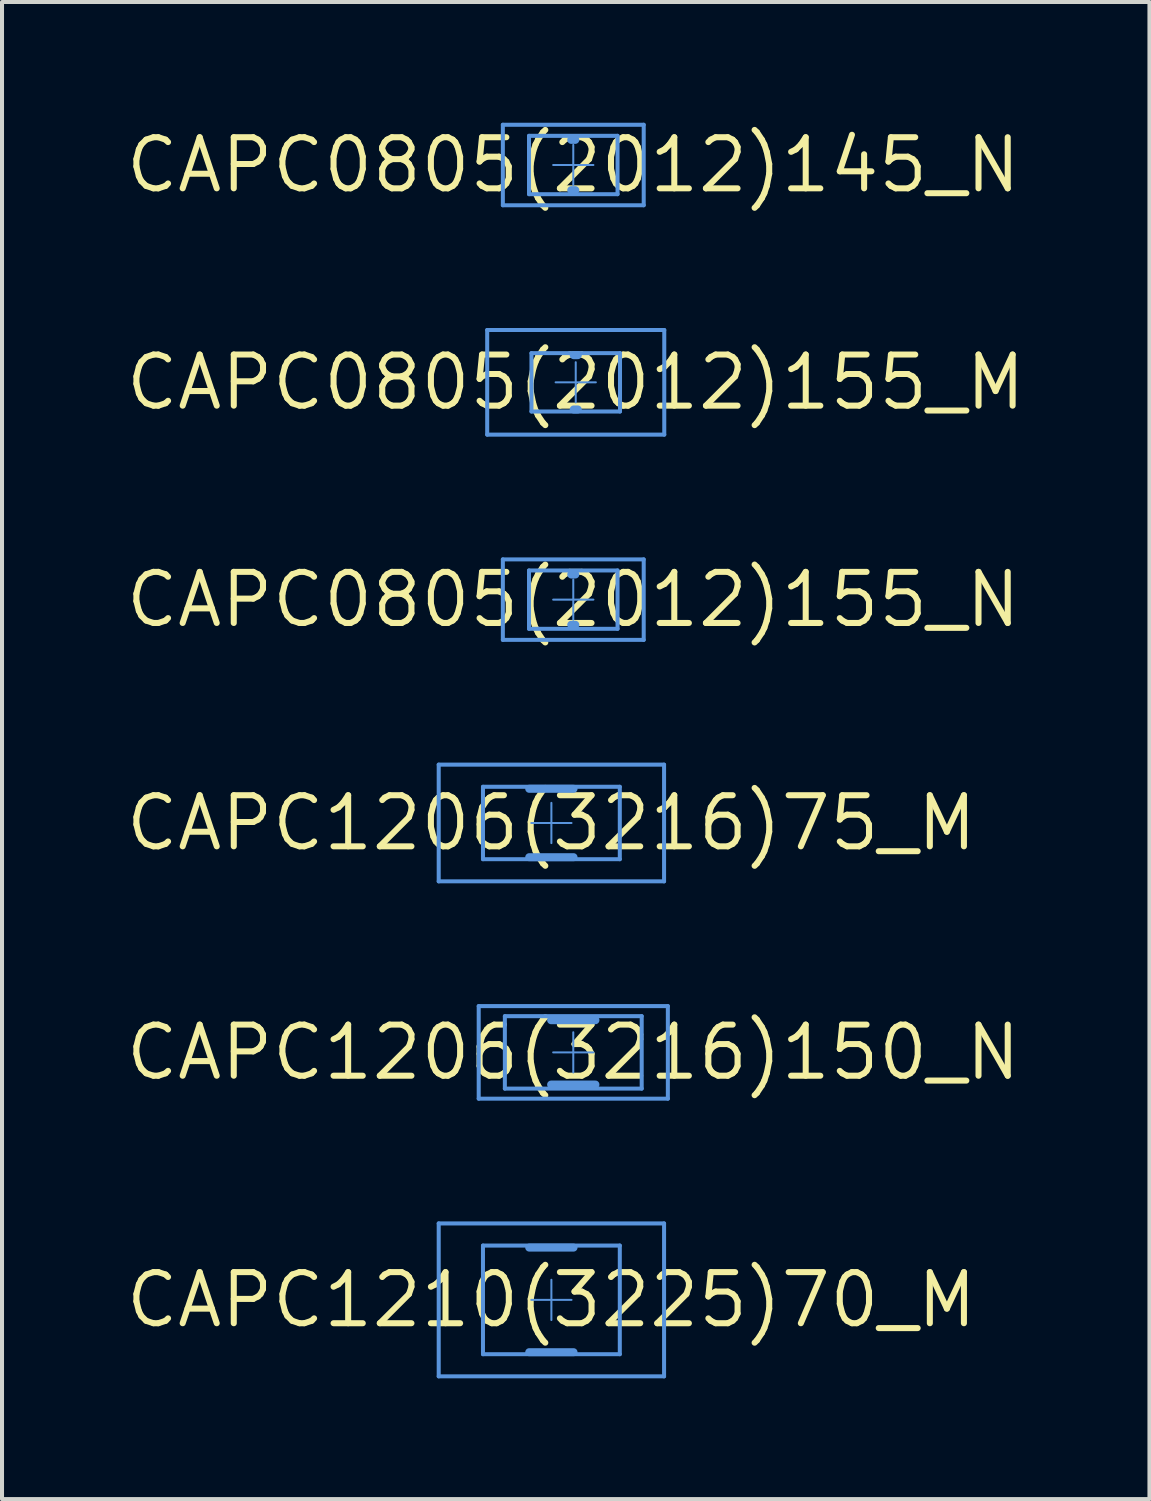
<source format=kicad_pcb>
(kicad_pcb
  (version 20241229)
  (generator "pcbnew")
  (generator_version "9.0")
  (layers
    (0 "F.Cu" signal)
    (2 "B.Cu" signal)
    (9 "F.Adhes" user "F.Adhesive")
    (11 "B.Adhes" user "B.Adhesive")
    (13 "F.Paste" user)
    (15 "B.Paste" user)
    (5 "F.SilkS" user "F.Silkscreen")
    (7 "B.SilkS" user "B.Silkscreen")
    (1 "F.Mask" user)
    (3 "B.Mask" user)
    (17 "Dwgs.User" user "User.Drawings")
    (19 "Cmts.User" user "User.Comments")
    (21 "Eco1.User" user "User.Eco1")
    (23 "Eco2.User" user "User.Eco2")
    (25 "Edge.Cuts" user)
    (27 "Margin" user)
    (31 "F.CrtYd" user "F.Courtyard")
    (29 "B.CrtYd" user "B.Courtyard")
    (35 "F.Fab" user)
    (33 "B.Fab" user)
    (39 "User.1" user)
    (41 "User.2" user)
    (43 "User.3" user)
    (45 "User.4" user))
  (footprint "CAPC0805(2012)155_N"
    (layer "F.Cu")
    (at 11.195 11.85)
    (property "Reference" "CAPC0805(2012)155_N" (at 0 0 0) (layer "F.SilkS") (effects (font (size 1.27 1.27) (thickness 0.15))))
    (attr through_hole)
    (fp_line (start -1.75 -1) (end 1.75 -1) (stroke (width 0.05) (type solid)) (layer "Cmts.User"))
    (fp_line (start -1.75 -1) (end 1.75 -1) (stroke (width 0.1) (type solid)) (layer "Cmts.User"))
    (fp_line (start -1.75 1) (end -1.75 -1) (stroke (width 0.05) (type solid)) (layer "Cmts.User"))
    (fp_line (start -1.75 1) (end -1.75 -1) (stroke (width 0.1) (type solid)) (layer "Cmts.User"))
    (fp_line (start -1.75 1) (end 1.75 1) (stroke (width 0.05) (type solid)) (layer "Cmts.User"))
    (fp_line (start -1.75 1) (end 1.75 1) (stroke (width 0.1) (type solid)) (layer "Cmts.User"))
    (fp_line (start -1.1 -0.725) (end 1.1 -0.725) (stroke (width 0.1) (type solid)) (layer "Cmts.User"))
    (fp_line (start -1.1 0.725) (end -1.1 -0.725) (stroke (width 0.1) (type solid)) (layer "Cmts.User"))
    (fp_line (start -1.1 0.725) (end 1.1 0.725) (stroke (width 0.1) (type solid)) (layer "Cmts.User"))
    (fp_line (start -0.5 0) (end 0.5 0) (stroke (width 0.05) (type solid)) (layer "Cmts.User"))
    (fp_line (start -0.05 -0.625) (end 0.05 -0.625) (stroke (width 0.2) (type solid)) (layer "Cmts.User"))
    (fp_line (start -0.05 0.625) (end 0.05 0.625) (stroke (width 0.2) (type solid)) (layer "Cmts.User"))
    (fp_line (start 0 0.5) (end 0 -0.5) (stroke (width 0.05) (type solid)) (layer "Cmts.User"))
    (fp_line (start 1.1 0.725) (end 1.1 -0.725) (stroke (width 0.1) (type solid)) (layer "Cmts.User"))
    (fp_line (start 1.75 1) (end 1.75 -1) (stroke (width 0.05) (type solid)) (layer "Cmts.User"))
    (fp_line (start 1.75 1) (end 1.75 -1) (stroke (width 0.1) (type solid)) (layer "Cmts.User")))
  (footprint "CAPC1206(3216)75_M"
    (layer "F.Cu")
    (at 10.651 17.4)
    (property "Reference" "CAPC1206(3216)75_M" (at 0 0 0) (layer "F.SilkS") (effects (font (size 1.27 1.27) (thickness 0.15))))
    (attr through_hole)
    (fp_line (start -2.8 -1.45) (end 2.8 -1.45) (stroke (width 0.05) (type solid)) (layer "Cmts.User"))
    (fp_line (start -2.8 -1.45) (end 2.8 -1.45) (stroke (width 0.1) (type solid)) (layer "Cmts.User"))
    (fp_line (start -2.8 1.45) (end -2.8 -1.45) (stroke (width 0.05) (type solid)) (layer "Cmts.User"))
    (fp_line (start -2.8 1.45) (end -2.8 -1.45) (stroke (width 0.1) (type solid)) (layer "Cmts.User"))
    (fp_line (start -2.8 1.45) (end 2.8 1.45) (stroke (width 0.05) (type solid)) (layer "Cmts.User"))
    (fp_line (start -2.8 1.45) (end 2.8 1.45) (stroke (width 0.1) (type solid)) (layer "Cmts.User"))
    (fp_line (start -1.7 -0.9) (end 1.7 -0.9) (stroke (width 0.1) (type solid)) (layer "Cmts.User"))
    (fp_line (start -1.7 0.9) (end -1.7 -0.9) (stroke (width 0.1) (type solid)) (layer "Cmts.User"))
    (fp_line (start -1.7 0.9) (end 1.7 0.9) (stroke (width 0.1) (type solid)) (layer "Cmts.User"))
    (fp_line (start -0.55 -0.85) (end 0.55 -0.85) (stroke (width 0.2) (type solid)) (layer "Cmts.User"))
    (fp_line (start -0.55 0.85) (end 0.55 0.85) (stroke (width 0.2) (type solid)) (layer "Cmts.User"))
    (fp_line (start -0.5 0) (end 0.5 0) (stroke (width 0.05) (type solid)) (layer "Cmts.User"))
    (fp_line (start 0 0.5) (end 0 -0.5) (stroke (width 0.05) (type solid)) (layer "Cmts.User"))
    (fp_line (start 1.7 0.9) (end 1.7 -0.9) (stroke (width 0.1) (type solid)) (layer "Cmts.User"))
    (fp_line (start 2.8 1.45) (end 2.8 -1.45) (stroke (width 0.05) (type solid)) (layer "Cmts.User"))
    (fp_line (start 2.8 1.45) (end 2.8 -1.45) (stroke (width 0.1) (type solid)) (layer "Cmts.User")))
  (footprint "CAPC0805(2012)145_N"
    (layer "F.Cu")
    (at 11.195 1.05)
    (property "Reference" "CAPC0805(2012)145_N" (at 0 0 0) (layer "F.SilkS") (effects (font (size 1.27 1.27) (thickness 0.15))))
    (attr through_hole)
    (fp_line (start -1.75 -1) (end 1.75 -1) (stroke (width 0.05) (type solid)) (layer "Cmts.User"))
    (fp_line (start -1.75 -1) (end 1.75 -1) (stroke (width 0.1) (type solid)) (layer "Cmts.User"))
    (fp_line (start -1.75 1) (end -1.75 -1) (stroke (width 0.05) (type solid)) (layer "Cmts.User"))
    (fp_line (start -1.75 1) (end -1.75 -1) (stroke (width 0.1) (type solid)) (layer "Cmts.User"))
    (fp_line (start -1.75 1) (end 1.75 1) (stroke (width 0.05) (type solid)) (layer "Cmts.User"))
    (fp_line (start -1.75 1) (end 1.75 1) (stroke (width 0.1) (type solid)) (layer "Cmts.User"))
    (fp_line (start -1.1 -0.725) (end 1.1 -0.725) (stroke (width 0.1) (type solid)) (layer "Cmts.User"))
    (fp_line (start -1.1 0.725) (end -1.1 -0.725) (stroke (width 0.1) (type solid)) (layer "Cmts.User"))
    (fp_line (start -1.1 0.725) (end 1.1 0.725) (stroke (width 0.1) (type solid)) (layer "Cmts.User"))
    (fp_line (start -0.5 0) (end 0.5 0) (stroke (width 0.05) (type solid)) (layer "Cmts.User"))
    (fp_line (start -0.05 -0.625) (end 0.05 -0.625) (stroke (width 0.2) (type solid)) (layer "Cmts.User"))
    (fp_line (start -0.05 0.625) (end 0.05 0.625) (stroke (width 0.2) (type solid)) (layer "Cmts.User"))
    (fp_line (start 0 0.5) (end 0 -0.5) (stroke (width 0.05) (type solid)) (layer "Cmts.User"))
    (fp_line (start 1.1 0.725) (end 1.1 -0.725) (stroke (width 0.1) (type solid)) (layer "Cmts.User"))
    (fp_line (start 1.75 1) (end 1.75 -1) (stroke (width 0.05) (type solid)) (layer "Cmts.User"))
    (fp_line (start 1.75 1) (end 1.75 -1) (stroke (width 0.1) (type solid)) (layer "Cmts.User")))
  (footprint "CAPC0805(2012)155_M"
    (layer "F.Cu")
    (at 11.256 6.45)
    (property "Reference" "CAPC0805(2012)155_M" (at 0 0 0) (layer "F.SilkS") (effects (font (size 1.27 1.27) (thickness 0.15))))
    (attr through_hole)
    (fp_line (start -2.2 -1.3) (end 2.2 -1.3) (stroke (width 0.05) (type solid)) (layer "Cmts.User"))
    (fp_line (start -2.2 -1.3) (end 2.2 -1.3) (stroke (width 0.1) (type solid)) (layer "Cmts.User"))
    (fp_line (start -2.2 1.3) (end -2.2 -1.3) (stroke (width 0.05) (type solid)) (layer "Cmts.User"))
    (fp_line (start -2.2 1.3) (end -2.2 -1.3) (stroke (width 0.1) (type solid)) (layer "Cmts.User"))
    (fp_line (start -2.2 1.3) (end 2.2 1.3) (stroke (width 0.05) (type solid)) (layer "Cmts.User"))
    (fp_line (start -2.2 1.3) (end 2.2 1.3) (stroke (width 0.1) (type solid)) (layer "Cmts.User"))
    (fp_line (start -1.1 -0.725) (end 1.1 -0.725) (stroke (width 0.1) (type solid)) (layer "Cmts.User"))
    (fp_line (start -1.1 0.725) (end -1.1 -0.725) (stroke (width 0.1) (type solid)) (layer "Cmts.User"))
    (fp_line (start -1.1 0.725) (end 1.1 0.725) (stroke (width 0.1) (type solid)) (layer "Cmts.User"))
    (fp_line (start -0.5 0) (end 0.5 0) (stroke (width 0.05) (type solid)) (layer "Cmts.User"))
    (fp_line (start -0.05 -0.675) (end 0.05 -0.675) (stroke (width 0.2) (type solid)) (layer "Cmts.User"))
    (fp_line (start -0.05 0.675) (end 0.05 0.675) (stroke (width 0.2) (type solid)) (layer "Cmts.User"))
    (fp_line (start 0 0.5) (end 0 -0.5) (stroke (width 0.05) (type solid)) (layer "Cmts.User"))
    (fp_line (start 1.1 0.725) (end 1.1 -0.725) (stroke (width 0.1) (type solid)) (layer "Cmts.User"))
    (fp_line (start 2.2 1.3) (end 2.2 -1.3) (stroke (width 0.05) (type solid)) (layer "Cmts.User"))
    (fp_line (start 2.2 1.3) (end 2.2 -1.3) (stroke (width 0.1) (type solid)) (layer "Cmts.User")))
  (footprint "CAPC1210(3225)70_M"
    (layer "F.Cu")
    (at 10.651 29.25)
    (property "Reference" "CAPC1210(3225)70_M" (at 0 0 0) (layer "F.SilkS") (effects (font (size 1.27 1.27) (thickness 0.15))))
    (attr through_hole)
    (fp_line (start -2.8 -1.9) (end 2.8 -1.9) (stroke (width 0.05) (type solid)) (layer "Cmts.User"))
    (fp_line (start -2.8 -1.9) (end 2.8 -1.9) (stroke (width 0.1) (type solid)) (layer "Cmts.User"))
    (fp_line (start -2.8 1.9) (end -2.8 -1.9) (stroke (width 0.05) (type solid)) (layer "Cmts.User"))
    (fp_line (start -2.8 1.9) (end -2.8 -1.9) (stroke (width 0.1) (type solid)) (layer "Cmts.User"))
    (fp_line (start -2.8 1.9) (end 2.8 1.9) (stroke (width 0.05) (type solid)) (layer "Cmts.User"))
    (fp_line (start -2.8 1.9) (end 2.8 1.9) (stroke (width 0.1) (type solid)) (layer "Cmts.User"))
    (fp_line (start -1.7 -1.35) (end 1.7 -1.35) (stroke (width 0.1) (type solid)) (layer "Cmts.User"))
    (fp_line (start -1.7 1.35) (end -1.7 -1.35) (stroke (width 0.1) (type solid)) (layer "Cmts.User"))
    (fp_line (start -1.7 1.35) (end 1.7 1.35) (stroke (width 0.1) (type solid)) (layer "Cmts.User"))
    (fp_line (start -0.55 -1.3) (end 0.55 -1.3) (stroke (width 0.2) (type solid)) (layer "Cmts.User"))
    (fp_line (start -0.55 1.3) (end 0.55 1.3) (stroke (width 0.2) (type solid)) (layer "Cmts.User"))
    (fp_line (start -0.5 0) (end 0.5 0) (stroke (width 0.05) (type solid)) (layer "Cmts.User"))
    (fp_line (start 0 0.5) (end 0 -0.5) (stroke (width 0.05) (type solid)) (layer "Cmts.User"))
    (fp_line (start 1.7 1.35) (end 1.7 -1.35) (stroke (width 0.1) (type solid)) (layer "Cmts.User"))
    (fp_line (start 2.8 1.9) (end 2.8 -1.9) (stroke (width 0.05) (type solid)) (layer "Cmts.User"))
    (fp_line (start 2.8 1.9) (end 2.8 -1.9) (stroke (width 0.1) (type solid)) (layer "Cmts.User")))
  (footprint "CAPC1206(3216)150_N"
    (layer "F.Cu")
    (at 11.195 23.1)
    (property "Reference" "CAPC1206(3216)150_N" (at 0 0 0) (layer "F.SilkS") (effects (font (size 1.27 1.27) (thickness 0.15))))
    (attr through_hole)
    (fp_line (start -2.35 -1.15) (end 2.35 -1.15) (stroke (width 0.05) (type solid)) (layer "Cmts.User"))
    (fp_line (start -2.35 -1.15) (end 2.35 -1.15) (stroke (width 0.1) (type solid)) (layer "Cmts.User"))
    (fp_line (start -2.35 1.15) (end -2.35 -1.15) (stroke (width 0.05) (type solid)) (layer "Cmts.User"))
    (fp_line (start -2.35 1.15) (end -2.35 -1.15) (stroke (width 0.1) (type solid)) (layer "Cmts.User"))
    (fp_line (start -2.35 1.15) (end 2.35 1.15) (stroke (width 0.05) (type solid)) (layer "Cmts.User"))
    (fp_line (start -2.35 1.15) (end 2.35 1.15) (stroke (width 0.1) (type solid)) (layer "Cmts.User"))
    (fp_line (start -1.7 -0.9) (end 1.7 -0.9) (stroke (width 0.1) (type solid)) (layer "Cmts.User"))
    (fp_line (start -1.7 0.9) (end -1.7 -0.9) (stroke (width 0.1) (type solid)) (layer "Cmts.User"))
    (fp_line (start -1.7 0.9) (end 1.7 0.9) (stroke (width 0.1) (type solid)) (layer "Cmts.User"))
    (fp_line (start -0.55 -0.8) (end 0.55 -0.8) (stroke (width 0.2) (type solid)) (layer "Cmts.User"))
    (fp_line (start -0.55 0.8) (end 0.55 0.8) (stroke (width 0.2) (type solid)) (layer "Cmts.User"))
    (fp_line (start -0.5 0) (end 0.5 0) (stroke (width 0.05) (type solid)) (layer "Cmts.User"))
    (fp_line (start 0 0.5) (end 0 -0.5) (stroke (width 0.05) (type solid)) (layer "Cmts.User"))
    (fp_line (start 1.7 0.9) (end 1.7 -0.9) (stroke (width 0.1) (type solid)) (layer "Cmts.User"))
    (fp_line (start 2.35 1.15) (end 2.35 -1.15) (stroke (width 0.05) (type solid)) (layer "Cmts.User"))
    (fp_line (start 2.35 1.15) (end 2.35 -1.15) (stroke (width 0.1) (type solid)) (layer "Cmts.User")))
  (gr_rect
    (start -3 -3)
    (end 25.512 34.2)
    (stroke (width 0.1) (type default))
    (fill no)
    (layer "Edge.Cuts")))
</source>
